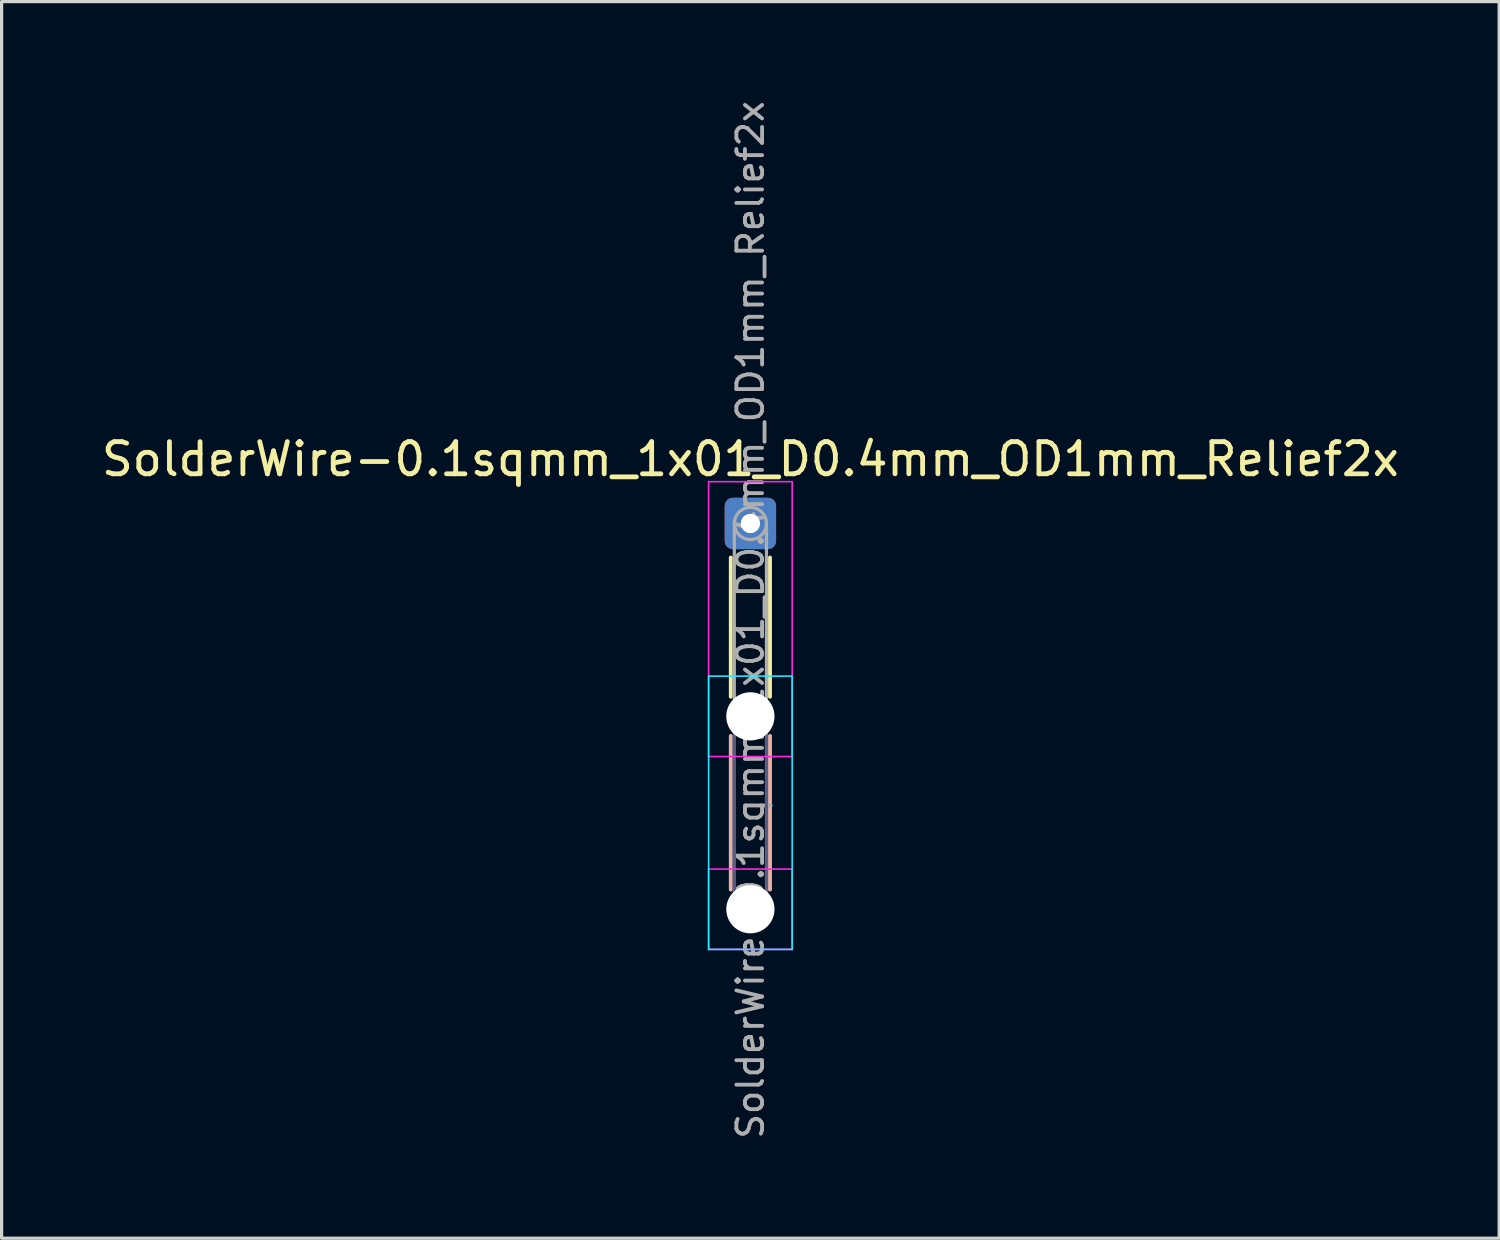
<source format=kicad_pcb>
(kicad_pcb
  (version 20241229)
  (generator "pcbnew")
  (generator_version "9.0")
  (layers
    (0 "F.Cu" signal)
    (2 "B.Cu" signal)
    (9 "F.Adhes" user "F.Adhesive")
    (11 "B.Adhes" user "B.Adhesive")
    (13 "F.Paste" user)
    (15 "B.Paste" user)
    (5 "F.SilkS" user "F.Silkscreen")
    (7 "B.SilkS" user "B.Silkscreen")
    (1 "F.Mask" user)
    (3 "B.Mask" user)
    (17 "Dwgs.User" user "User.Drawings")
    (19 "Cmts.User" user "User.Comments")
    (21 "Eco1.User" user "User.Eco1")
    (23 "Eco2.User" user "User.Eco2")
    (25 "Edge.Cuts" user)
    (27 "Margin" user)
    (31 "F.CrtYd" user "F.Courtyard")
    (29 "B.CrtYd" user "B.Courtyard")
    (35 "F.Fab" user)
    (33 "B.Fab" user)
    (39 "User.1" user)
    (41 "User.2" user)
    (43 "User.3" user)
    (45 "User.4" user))
  (footprint "SolderWire-0.1sqmm_1x01_D0.4mm_OD1mm_Relief2x"
    (layer "F.Cu")
    (at 20.292 13.233)
    (property "Reference" "SolderWire-0.1sqmm_1x01_D0.4mm_OD1mm_Relief2x" (at 0 -2 0) (layer "F.SilkS") (effects (font (size 1 1) (thickness 0.15))))
    (attr exclude_from_pos_files exclude_from_bom)
    (fp_line (start -0.61 1.06) (end -0.61 5.39) (stroke (width 0.12) (type solid)) (layer "F.SilkS"))
    (fp_line (start 0.61 1.06) (end 0.61 5.39) (stroke (width 0.12) (type solid)) (layer "F.SilkS"))
    (fp_line (start -0.61 6.61) (end -0.61 11.39) (stroke (width 0.12) (type solid)) (layer "B.SilkS"))
    (fp_line (start 0.61 6.61) (end 0.61 11.39) (stroke (width 0.12) (type solid)) (layer "B.SilkS"))
    (fp_line (start -1.3 4.75) (end -1.3 13.25) (stroke (width 0.05) (type solid)) (layer "B.CrtYd"))
    (fp_line (start -1.3 13.25) (end 1.3 13.25) (stroke (width 0.05) (type solid)) (layer "B.CrtYd"))
    (fp_line (start 1.3 4.75) (end -1.3 4.75) (stroke (width 0.05) (type solid)) (layer "B.CrtYd"))
    (fp_line (start 1.3 13.25) (end 1.3 4.75) (stroke (width 0.05) (type solid)) (layer "B.CrtYd"))
    (fp_line (start -1.3 -1.3) (end -1.3 7.25) (stroke (width 0.05) (type solid)) (layer "F.CrtYd"))
    (fp_line (start -1.3 7.25) (end 1.3 7.25) (stroke (width 0.05) (type solid)) (layer "F.CrtYd"))
    (fp_line (start -1.3 10.75) (end -1.3 13.25) (stroke (width 0.05) (type solid)) (layer "F.CrtYd"))
    (fp_line (start -1.3 13.25) (end 1.3 13.25) (stroke (width 0.05) (type solid)) (layer "F.CrtYd"))
    (fp_line (start 1.3 -1.3) (end -1.3 -1.3) (stroke (width 0.05) (type solid)) (layer "F.CrtYd"))
    (fp_line (start 1.3 7.25) (end 1.3 -1.3) (stroke (width 0.05) (type solid)) (layer "F.CrtYd"))
    (fp_line (start 1.3 10.75) (end -1.3 10.75) (stroke (width 0.05) (type solid)) (layer "F.CrtYd"))
    (fp_line (start 1.3 13.25) (end 1.3 10.75) (stroke (width 0.05) (type solid)) (layer "F.CrtYd"))
    (fp_line (start -0.5 6) (end -0.5 12) (stroke (width 0.1) (type solid)) (layer "B.Fab"))
    (fp_line (start 0.5 6) (end 0.5 12) (stroke (width 0.1) (type solid)) (layer "B.Fab"))
    (fp_circle (center 0 6) (end 0.5 6) (stroke (width 0.1) (type solid)) (fill no) (layer "B.Fab"))
    (fp_circle (center 0 12) (end 0.5 12) (stroke (width 0.1) (type solid)) (fill no) (layer "B.Fab"))
    (fp_line (start -0.5 0) (end -0.5 6) (stroke (width 0.1) (type solid)) (layer "F.Fab"))
    (fp_line (start 0.5 0) (end 0.5 6) (stroke (width 0.1) (type solid)) (layer "F.Fab"))
    (fp_circle (center 0 0) (end 0.5 0) (stroke (width 0.1) (type solid)) (fill no) (layer "F.Fab"))
    (fp_circle (center 0 6) (end 0.5 6) (stroke (width 0.1) (type solid)) (fill no) (layer "F.Fab"))
    (fp_circle (center 0 12) (end 0.5 12) (stroke (width 0.1) (type solid)) (fill no) (layer "F.Fab"))
    (fp_text user "${REFERENCE}" (at 0 3 90) (layer "F.Fab") (effects (font (size 0.8 0.8) (thickness 0.12))))
    (pad "" np_thru_hole circle (at 0 6) (size 1.5 1.5) (drill 1.5) (layers "*.Cu" "*.Mask"))
    (pad "" np_thru_hole circle (at 0 12) (size 1.5 1.5) (drill 1.5) (layers "*.Cu" "*.Mask"))
    (pad "1" thru_hole roundrect (at 0 0) (size 1.6 1.6) (drill 0.6) (layers "*.Cu" "*.Mask") (roundrect_rratio 0.156)))
  (gr_rect
    (start -3 -3)
    (end 43.583 35.467)
    (stroke (width 0.1) (type default))
    (fill no)
    (layer "Edge.Cuts")))
</source>
